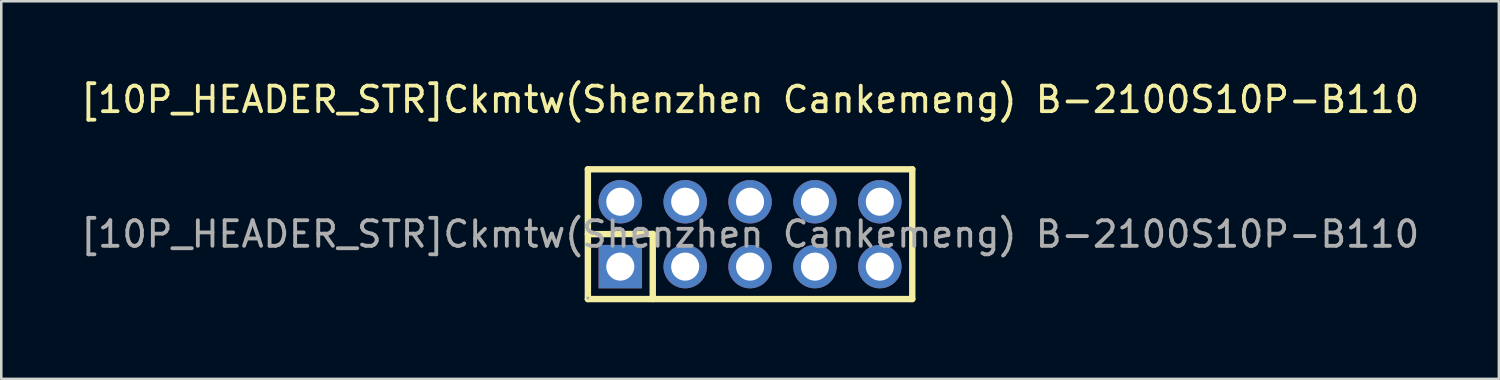
<source format=kicad_pcb>
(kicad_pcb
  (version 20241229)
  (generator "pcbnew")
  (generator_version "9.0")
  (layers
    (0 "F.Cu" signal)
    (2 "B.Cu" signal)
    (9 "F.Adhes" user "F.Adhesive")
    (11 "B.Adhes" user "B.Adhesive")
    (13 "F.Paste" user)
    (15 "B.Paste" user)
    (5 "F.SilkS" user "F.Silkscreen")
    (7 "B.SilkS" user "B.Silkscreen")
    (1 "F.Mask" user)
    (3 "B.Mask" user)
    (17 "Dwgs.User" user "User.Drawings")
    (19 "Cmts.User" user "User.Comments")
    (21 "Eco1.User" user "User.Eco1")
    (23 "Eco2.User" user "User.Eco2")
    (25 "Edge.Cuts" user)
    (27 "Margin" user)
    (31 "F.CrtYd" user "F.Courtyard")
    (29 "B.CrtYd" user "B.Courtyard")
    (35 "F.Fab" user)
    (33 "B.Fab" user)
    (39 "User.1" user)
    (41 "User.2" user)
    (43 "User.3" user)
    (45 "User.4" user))
  (footprint "[10P_HEADER_STR]Ckmtw(Shenzhen Cankemeng) B-2100S10P-B110"
    (layer "F.Cu")
    (at 26.315 6.118)
    (property "Reference" "[10P_HEADER_STR]Ckmtw(Shenzhen Cankemeng) B-2100S10P-B110" (at 0 -5.27 0) (layer "F.SilkS") (effects (font (size 1 1) (thickness 0.15))))
    (attr through_hole)
    (fp_line (start -6.35 -2.54) (end -6.35 2.54) (stroke (width 0.25) (type solid)) (layer "F.SilkS"))
    (fp_line (start -6.35 -2.54) (end 6.35 -2.54) (stroke (width 0.25) (type solid)) (layer "F.SilkS"))
    (fp_line (start -6.35 0) (end -3.81 -0.01) (stroke (width 0.25) (type solid)) (layer "F.SilkS"))
    (fp_line (start -6.35 2.54) (end 6.35 2.54) (stroke (width 0.25) (type solid)) (layer "F.SilkS"))
    (fp_line (start -3.81 -0.01) (end -3.81 2.54) (stroke (width 0.25) (type solid)) (layer "F.SilkS"))
    (fp_line (start 6.35 -2.54) (end 6.35 2.54) (stroke (width 0.25) (type solid)) (layer "F.SilkS"))
    (fp_circle (center -6.35 2.5) (end -6.32 2.5) (stroke (width 0.06) (type solid)) (fill no) (layer "F.Fab"))
    (fp_text user "${REFERENCE}" (at 0 0 0) (layer "F.Fab") (effects (font (size 1 1) (thickness 0.15))))
    (pad "1" thru_hole rect (at -5.08 1.27) (size 1.7 1.7) (drill 1.1) (layers "*.Cu" "*.Mask"))
    (pad "2" thru_hole circle (at -5.08 -1.27) (size 1.7 1.7) (drill 1.1) (layers "*.Cu" "*.Mask"))
    (pad "3" thru_hole circle (at -2.54 1.27) (size 1.7 1.7) (drill 1.1) (layers "*.Cu" "*.Mask"))
    (pad "4" thru_hole circle (at -2.54 -1.27) (size 1.7 1.7) (drill 1.1) (layers "*.Cu" "*.Mask"))
    (pad "5" thru_hole circle (at 0 1.27) (size 1.7 1.7) (drill 1.1) (layers "*.Cu" "*.Mask"))
    (pad "6" thru_hole circle (at 0 -1.27) (size 1.7 1.7) (drill 1.1) (layers "*.Cu" "*.Mask"))
    (pad "7" thru_hole circle (at 2.54 1.27) (size 1.7 1.7) (drill 1.1) (layers "*.Cu" "*.Mask"))
    (pad "8" thru_hole circle (at 2.54 -1.27) (size 1.7 1.7) (drill 1.1) (layers "*.Cu" "*.Mask"))
    (pad "9" thru_hole circle (at 5.08 1.27) (size 1.7 1.7) (drill 1.1) (layers "*.Cu" "*.Mask"))
    (pad "10" thru_hole circle (at 5.08 -1.27) (size 1.7 1.7) (drill 1.1) (layers "*.Cu" "*.Mask")))
  (gr_rect
    (start -3 -3)
    (end 55.631 11.783)
    (stroke (width 0.1) (type default))
    (fill no)
    (layer "Edge.Cuts")))
</source>
